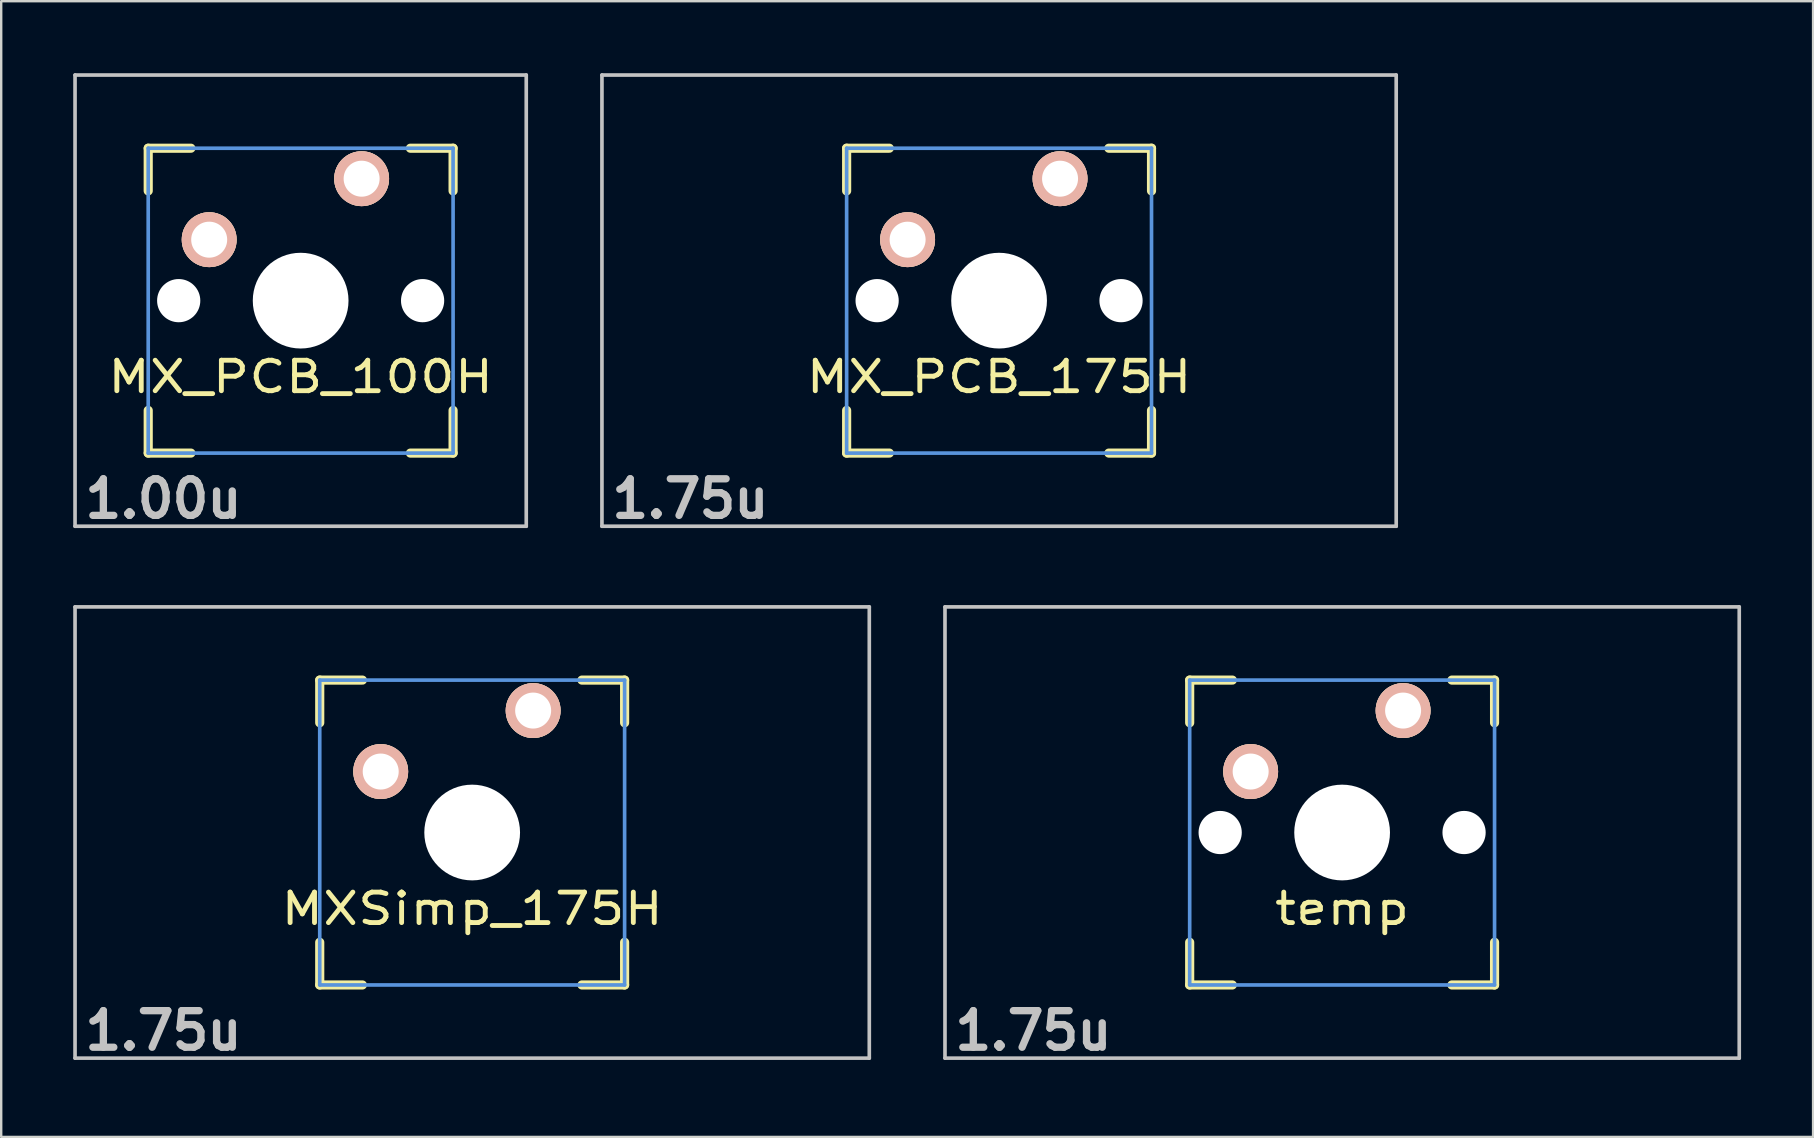
<source format=kicad_pcb>
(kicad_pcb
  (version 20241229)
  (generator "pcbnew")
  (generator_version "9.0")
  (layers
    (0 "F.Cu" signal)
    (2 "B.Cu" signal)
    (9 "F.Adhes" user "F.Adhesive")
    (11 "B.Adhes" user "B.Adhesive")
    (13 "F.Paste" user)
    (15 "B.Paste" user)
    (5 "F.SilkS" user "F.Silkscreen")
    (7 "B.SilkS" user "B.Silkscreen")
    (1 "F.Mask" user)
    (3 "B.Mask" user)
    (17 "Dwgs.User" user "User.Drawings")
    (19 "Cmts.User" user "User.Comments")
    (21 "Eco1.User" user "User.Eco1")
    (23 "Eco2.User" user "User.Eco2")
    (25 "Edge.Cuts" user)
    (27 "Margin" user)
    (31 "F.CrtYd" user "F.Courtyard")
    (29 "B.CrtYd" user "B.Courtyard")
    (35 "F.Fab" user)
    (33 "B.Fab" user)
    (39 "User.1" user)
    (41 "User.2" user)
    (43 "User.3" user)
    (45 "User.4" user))
  (footprint "MX_PCB_100H"
    (layer "F.Cu")
    (at 9.474 9.474)
    (property "Reference" "MX_PCB_100H" (at 0 3.175 0) (layer "F.SilkS") (effects (font (size 1.27 1.524) (thickness 0.203))))
    (attr through_hole)
    (fp_line (start -6.35 -6.35) (end -4.572 -6.35) (stroke (width 0.381) (type solid)) (layer "F.SilkS"))
    (fp_line (start -6.35 -4.572) (end -6.35 -6.35) (stroke (width 0.381) (type solid)) (layer "F.SilkS"))
    (fp_line (start -6.35 6.35) (end -6.35 4.572) (stroke (width 0.381) (type solid)) (layer "F.SilkS"))
    (fp_line (start -4.572 6.35) (end -6.35 6.35) (stroke (width 0.381) (type solid)) (layer "F.SilkS"))
    (fp_line (start 4.572 -6.35) (end 6.35 -6.35) (stroke (width 0.381) (type solid)) (layer "F.SilkS"))
    (fp_line (start 6.35 -6.35) (end 6.35 -4.572) (stroke (width 0.381) (type solid)) (layer "F.SilkS"))
    (fp_line (start 6.35 4.572) (end 6.35 6.35) (stroke (width 0.381) (type solid)) (layer "F.SilkS"))
    (fp_line (start 6.35 6.35) (end 4.572 6.35) (stroke (width 0.381) (type solid)) (layer "F.SilkS"))
    (fp_line (start -9.398 -9.398) (end 9.398 -9.398) (stroke (width 0.152) (type solid)) (layer "Dwgs.User"))
    (fp_line (start -9.398 9.398) (end -9.398 -9.398) (stroke (width 0.152) (type solid)) (layer "Dwgs.User"))
    (fp_line (start 9.398 -9.398) (end 9.398 9.398) (stroke (width 0.152) (type solid)) (layer "Dwgs.User"))
    (fp_line (start 9.398 9.398) (end -9.398 9.398) (stroke (width 0.152) (type solid)) (layer "Dwgs.User"))
    (fp_line (start -6.35 -6.35) (end 6.35 -6.35) (stroke (width 0.152) (type solid)) (layer "Cmts.User"))
    (fp_line (start -6.35 6.35) (end -6.35 -6.35) (stroke (width 0.152) (type solid)) (layer "Cmts.User"))
    (fp_line (start 6.35 -6.35) (end 6.35 6.35) (stroke (width 0.152) (type solid)) (layer "Cmts.User"))
    (fp_line (start 6.35 6.35) (end -6.35 6.35) (stroke (width 0.152) (type solid)) (layer "Cmts.User"))
    (fp_line (start -6.985 -6.985) (end 6.985 -6.985) (stroke (width 0.152) (type solid)) (layer "Eco2.User"))
    (fp_line (start -6.985 6.985) (end -6.985 -6.985) (stroke (width 0.152) (type solid)) (layer "Eco2.User"))
    (fp_line (start 6.985 -6.985) (end 6.985 6.985) (stroke (width 0.152) (type solid)) (layer "Eco2.User"))
    (fp_line (start 6.985 6.985) (end -6.985 6.985) (stroke (width 0.152) (type solid)) (layer "Eco2.User"))
    (fp_text user "1.00u" (at -5.715 8.255 0) (layer "Dwgs.User") (effects (font (size 1.524 1.524) (thickness 0.305))))
    (pad "" np_thru_hole circle (at -5.08 0) (size 1.8 1.8) (drill 1.8) (layers "*.Cu"))
    (pad "" np_thru_hole circle (at 0 0) (size 3.988 3.988) (drill 3.988) (layers "*.Cu"))
    (pad "" np_thru_hole circle (at 5.08 0) (size 1.8 1.8) (drill 1.8) (layers "*.Cu"))
    (pad "1" thru_hole circle (at 2.54 -5.08) (size 2.286 2.286) (drill 1.499) (layers "*.Cu" "*.SilkS" "*.Mask"))
    (pad "2" thru_hole circle (at -3.81 -2.54) (size 2.286 2.286) (drill 1.499) (layers "*.Cu" "*.SilkS" "*.Mask")))
  (footprint "MXSimp_175H"
    (layer "F.Cu")
    (at 16.619 31.63)
    (property "Reference" "MXSimp_175H" (at 0 3.175 0) (layer "F.SilkS") (effects (font (size 1.27 1.524) (thickness 0.203))))
    (attr through_hole)
    (fp_line (start -6.35 -6.35) (end -4.572 -6.35) (stroke (width 0.381) (type solid)) (layer "F.SilkS"))
    (fp_line (start -6.35 -4.572) (end -6.35 -6.35) (stroke (width 0.381) (type solid)) (layer "F.SilkS"))
    (fp_line (start -6.35 6.35) (end -6.35 4.572) (stroke (width 0.381) (type solid)) (layer "F.SilkS"))
    (fp_line (start -4.572 6.35) (end -6.35 6.35) (stroke (width 0.381) (type solid)) (layer "F.SilkS"))
    (fp_line (start 4.572 -6.35) (end 6.35 -6.35) (stroke (width 0.381) (type solid)) (layer "F.SilkS"))
    (fp_line (start 6.35 -6.35) (end 6.35 -4.572) (stroke (width 0.381) (type solid)) (layer "F.SilkS"))
    (fp_line (start 6.35 4.572) (end 6.35 6.35) (stroke (width 0.381) (type solid)) (layer "F.SilkS"))
    (fp_line (start 6.35 6.35) (end 4.572 6.35) (stroke (width 0.381) (type solid)) (layer "F.SilkS"))
    (fp_line (start -16.543 -9.398) (end 16.543 -9.398) (stroke (width 0.152) (type solid)) (layer "Dwgs.User"))
    (fp_line (start -16.543 9.398) (end -16.543 -9.398) (stroke (width 0.152) (type solid)) (layer "Dwgs.User"))
    (fp_line (start 16.543 -9.398) (end 16.543 9.398) (stroke (width 0.152) (type solid)) (layer "Dwgs.User"))
    (fp_line (start 16.543 9.398) (end -16.543 9.398) (stroke (width 0.152) (type solid)) (layer "Dwgs.User"))
    (fp_line (start -6.35 -6.35) (end 6.35 -6.35) (stroke (width 0.152) (type solid)) (layer "Cmts.User"))
    (fp_line (start -6.35 6.35) (end -6.35 -6.35) (stroke (width 0.152) (type solid)) (layer "Cmts.User"))
    (fp_line (start 6.35 -6.35) (end 6.35 6.35) (stroke (width 0.152) (type solid)) (layer "Cmts.User"))
    (fp_line (start 6.35 6.35) (end -6.35 6.35) (stroke (width 0.152) (type solid)) (layer "Cmts.User"))
    (fp_text user "1.75u" (at -12.86 8.255 0) (layer "Dwgs.User") (effects (font (size 1.524 1.524) (thickness 0.305))))
    (pad "" np_thru_hole circle (at 0 0) (size 3.988 3.988) (drill 3.988) (layers "*.Cu"))
    (pad "1" thru_hole circle (at 2.54 -5.08) (size 2.286 2.286) (drill 1.499) (layers "*.Cu" "*.SilkS" "*.Mask"))
    (pad "2" thru_hole circle (at -3.81 -2.54) (size 2.286 2.286) (drill 1.499) (layers "*.Cu" "*.SilkS" "*.Mask")))
  (footprint "MX_PCB_175H"
    (layer "F.Cu")
    (at 38.568 9.474)
    (property "Reference" "MX_PCB_175H" (at 0 3.175 0) (layer "F.SilkS") (effects (font (size 1.27 1.524) (thickness 0.203))))
    (attr through_hole)
    (fp_line (start -6.35 -6.35) (end -4.572 -6.35) (stroke (width 0.381) (type solid)) (layer "F.SilkS"))
    (fp_line (start -6.35 -4.572) (end -6.35 -6.35) (stroke (width 0.381) (type solid)) (layer "F.SilkS"))
    (fp_line (start -6.35 6.35) (end -6.35 4.572) (stroke (width 0.381) (type solid)) (layer "F.SilkS"))
    (fp_line (start -4.572 6.35) (end -6.35 6.35) (stroke (width 0.381) (type solid)) (layer "F.SilkS"))
    (fp_line (start 4.572 -6.35) (end 6.35 -6.35) (stroke (width 0.381) (type solid)) (layer "F.SilkS"))
    (fp_line (start 6.35 -6.35) (end 6.35 -4.572) (stroke (width 0.381) (type solid)) (layer "F.SilkS"))
    (fp_line (start 6.35 4.572) (end 6.35 6.35) (stroke (width 0.381) (type solid)) (layer "F.SilkS"))
    (fp_line (start 6.35 6.35) (end 4.572 6.35) (stroke (width 0.381) (type solid)) (layer "F.SilkS"))
    (fp_line (start -16.543 -9.398) (end 16.543 -9.398) (stroke (width 0.152) (type solid)) (layer "Dwgs.User"))
    (fp_line (start -16.543 9.398) (end -16.543 -9.398) (stroke (width 0.152) (type solid)) (layer "Dwgs.User"))
    (fp_line (start 16.543 -9.398) (end 16.543 9.398) (stroke (width 0.152) (type solid)) (layer "Dwgs.User"))
    (fp_line (start 16.543 9.398) (end -16.543 9.398) (stroke (width 0.152) (type solid)) (layer "Dwgs.User"))
    (fp_line (start -6.35 -6.35) (end 6.35 -6.35) (stroke (width 0.152) (type solid)) (layer "Cmts.User"))
    (fp_line (start -6.35 6.35) (end -6.35 -6.35) (stroke (width 0.152) (type solid)) (layer "Cmts.User"))
    (fp_line (start 6.35 -6.35) (end 6.35 6.35) (stroke (width 0.152) (type solid)) (layer "Cmts.User"))
    (fp_line (start 6.35 6.35) (end -6.35 6.35) (stroke (width 0.152) (type solid)) (layer "Cmts.User"))
    (fp_line (start -6.985 -6.985) (end 6.985 -6.985) (stroke (width 0.152) (type solid)) (layer "Eco2.User"))
    (fp_line (start -6.985 6.985) (end -6.985 -6.985) (stroke (width 0.152) (type solid)) (layer "Eco2.User"))
    (fp_line (start 6.985 -6.985) (end 6.985 6.985) (stroke (width 0.152) (type solid)) (layer "Eco2.User"))
    (fp_line (start 6.985 6.985) (end -6.985 6.985) (stroke (width 0.152) (type solid)) (layer "Eco2.User"))
    (fp_text user "1.75u" (at -12.86 8.255 0) (layer "Dwgs.User") (effects (font (size 1.524 1.524) (thickness 0.305))))
    (pad "" np_thru_hole circle (at -5.08 0) (size 1.8 1.8) (drill 1.8) (layers "*.Cu"))
    (pad "" np_thru_hole circle (at 0 0) (size 3.988 3.988) (drill 3.988) (layers "*.Cu"))
    (pad "" np_thru_hole circle (at 5.08 0) (size 1.8 1.8) (drill 1.8) (layers "*.Cu"))
    (pad "1" thru_hole circle (at 2.54 -5.08) (size 2.286 2.286) (drill 1.499) (layers "*.Cu" "*.SilkS" "*.Mask"))
    (pad "2" thru_hole circle (at -3.81 -2.54) (size 2.286 2.286) (drill 1.499) (layers "*.Cu" "*.SilkS" "*.Mask")))
  (footprint "temp"
    (layer "F.Cu")
    (at 52.858 31.63)
    (property "Reference" "temp" (at 0 3.175 0) (layer "F.SilkS") (effects (font (size 1.27 1.524) (thickness 0.203))))
    (attr through_hole)
    (fp_line (start -6.35 -6.35) (end -4.572 -6.35) (stroke (width 0.381) (type solid)) (layer "F.SilkS"))
    (fp_line (start -6.35 -4.572) (end -6.35 -6.35) (stroke (width 0.381) (type solid)) (layer "F.SilkS"))
    (fp_line (start -6.35 6.35) (end -6.35 4.572) (stroke (width 0.381) (type solid)) (layer "F.SilkS"))
    (fp_line (start -4.572 6.35) (end -6.35 6.35) (stroke (width 0.381) (type solid)) (layer "F.SilkS"))
    (fp_line (start 4.572 -6.35) (end 6.35 -6.35) (stroke (width 0.381) (type solid)) (layer "F.SilkS"))
    (fp_line (start 6.35 -6.35) (end 6.35 -4.572) (stroke (width 0.381) (type solid)) (layer "F.SilkS"))
    (fp_line (start 6.35 4.572) (end 6.35 6.35) (stroke (width 0.381) (type solid)) (layer "F.SilkS"))
    (fp_line (start 6.35 6.35) (end 4.572 6.35) (stroke (width 0.381) (type solid)) (layer "F.SilkS"))
    (fp_line (start -16.543 -9.398) (end 16.543 -9.398) (stroke (width 0.152) (type solid)) (layer "Dwgs.User"))
    (fp_line (start -16.543 9.398) (end -16.543 -9.398) (stroke (width 0.152) (type solid)) (layer "Dwgs.User"))
    (fp_line (start 16.543 -9.398) (end 16.543 9.398) (stroke (width 0.152) (type solid)) (layer "Dwgs.User"))
    (fp_line (start 16.543 9.398) (end -16.543 9.398) (stroke (width 0.152) (type solid)) (layer "Dwgs.User"))
    (fp_line (start -6.35 -6.35) (end 6.35 -6.35) (stroke (width 0.152) (type solid)) (layer "Cmts.User"))
    (fp_line (start -6.35 6.35) (end -6.35 -6.35) (stroke (width 0.152) (type solid)) (layer "Cmts.User"))
    (fp_line (start 6.35 -6.35) (end 6.35 6.35) (stroke (width 0.152) (type solid)) (layer "Cmts.User"))
    (fp_line (start 6.35 6.35) (end -6.35 6.35) (stroke (width 0.152) (type solid)) (layer "Cmts.User"))
    (fp_line (start -6.985 -6.985) (end 6.985 -6.985) (stroke (width 0.152) (type solid)) (layer "Eco2.User"))
    (fp_line (start -6.985 6.985) (end -6.985 -6.985) (stroke (width 0.152) (type solid)) (layer "Eco2.User"))
    (fp_line (start 6.985 -6.985) (end 6.985 6.985) (stroke (width 0.152) (type solid)) (layer "Eco2.User"))
    (fp_line (start 6.985 6.985) (end -6.985 6.985) (stroke (width 0.152) (type solid)) (layer "Eco2.User"))
    (fp_text user "1.75u" (at -12.86 8.255 0) (layer "Dwgs.User") (effects (font (size 1.524 1.524) (thickness 0.305))))
    (pad "" np_thru_hole circle (at -5.08 0) (size 1.8 1.8) (drill 1.8) (layers "*.Cu"))
    (pad "" np_thru_hole circle (at 0 0) (size 3.988 3.988) (drill 3.988) (layers "*.Cu"))
    (pad "" np_thru_hole circle (at 5.08 0) (size 1.8 1.8) (drill 1.8) (layers "*.Cu"))
    (pad "1" thru_hole circle (at 2.54 -5.08) (size 2.286 2.286) (drill 1.499) (layers "*.Cu" "*.SilkS" "*.Mask"))
    (pad "2" thru_hole circle (at -3.81 -2.54) (size 2.286 2.286) (drill 1.499) (layers "*.Cu" "*.SilkS" "*.Mask")))
  (gr_rect
    (start -3 -3)
    (end 72.477 44.311)
    (stroke (width 0.1) (type default))
    (fill no)
    (layer "Edge.Cuts")))
</source>
